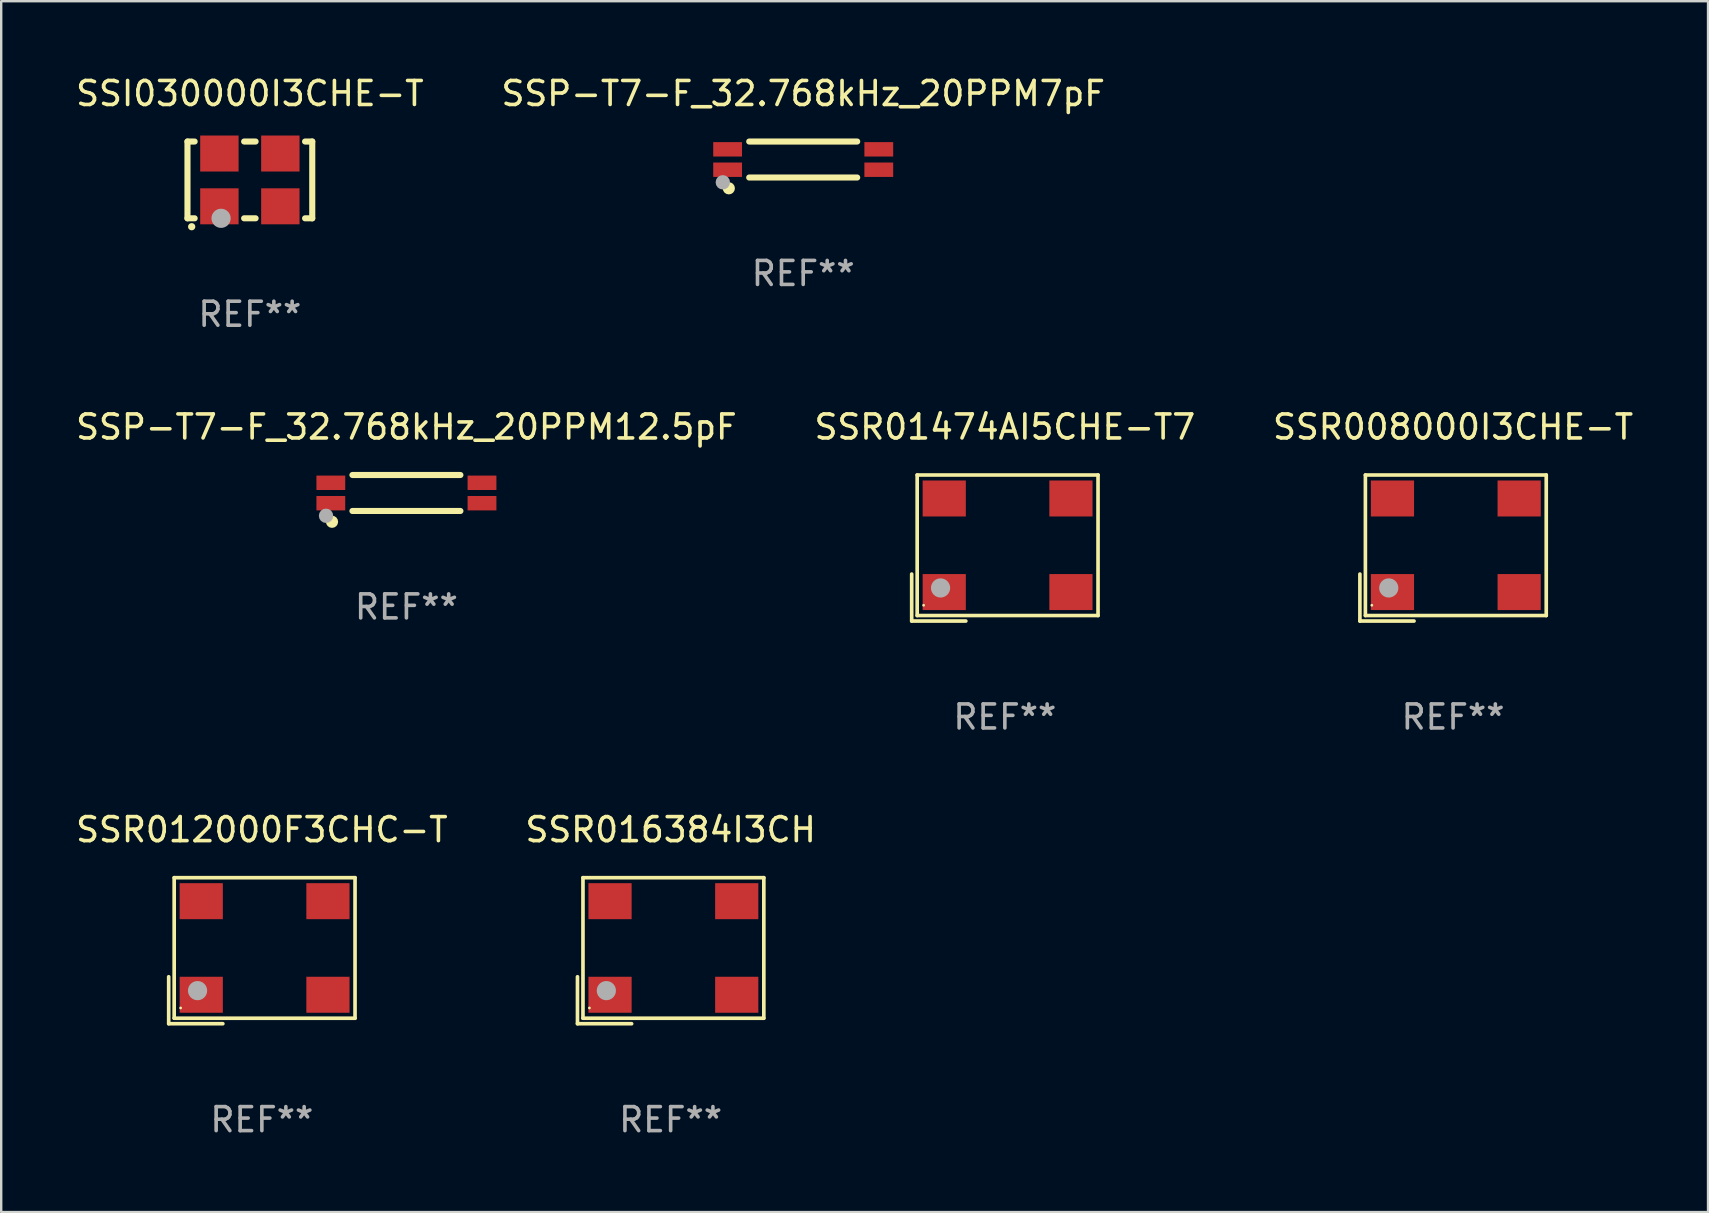
<source format=kicad_pcb>
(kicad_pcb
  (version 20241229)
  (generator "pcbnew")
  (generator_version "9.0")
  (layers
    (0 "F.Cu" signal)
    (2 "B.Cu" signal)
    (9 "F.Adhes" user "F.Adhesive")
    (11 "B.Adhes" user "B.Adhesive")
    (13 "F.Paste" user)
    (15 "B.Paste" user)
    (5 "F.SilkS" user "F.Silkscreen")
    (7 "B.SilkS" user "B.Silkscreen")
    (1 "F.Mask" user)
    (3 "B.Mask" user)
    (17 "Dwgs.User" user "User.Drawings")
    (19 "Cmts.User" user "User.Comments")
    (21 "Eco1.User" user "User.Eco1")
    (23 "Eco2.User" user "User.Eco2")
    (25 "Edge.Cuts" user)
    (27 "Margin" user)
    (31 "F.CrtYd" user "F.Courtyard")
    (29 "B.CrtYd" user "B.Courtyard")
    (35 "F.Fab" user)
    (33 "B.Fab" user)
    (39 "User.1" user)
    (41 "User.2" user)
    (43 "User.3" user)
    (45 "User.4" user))
  (footprint "SSR008000I3CHE-T"
    (layer "F.Cu")
    (at 57.506 19.788)
    (property "Reference" "SSR008000I3CHE-T" (at 0 -5.043 0) (layer "F.SilkS") (effects (font (size 1 1) (thickness 0.15))))
    (attr through_hole)
    (fp_line (start -3.883 1.086) (end -3.883 3.043) (stroke (width 0.152) (type solid)) (layer "F.SilkS"))
    (fp_line (start -3.883 3.043) (end -1.626 3.043) (stroke (width 0.152) (type solid)) (layer "F.SilkS"))
    (fp_line (start -3.654 -3.043) (end 3.883 -3.043) (stroke (width 0.152) (type solid)) (layer "F.SilkS"))
    (fp_line (start -3.654 2.814) (end -3.654 -3.043) (stroke (width 0.152) (type solid)) (layer "F.SilkS"))
    (fp_line (start 3.883 -3.043) (end 3.883 2.814) (stroke (width 0.152) (type solid)) (layer "F.SilkS"))
    (fp_line (start 3.883 2.814) (end -3.654 2.814) (stroke (width 0.152) (type solid)) (layer "F.SilkS"))
    (fp_circle (center -3.386 2.386) (end -3.356 2.386) (stroke (width 0.06) (type solid)) (fill no) (layer "F.SilkS"))
    (fp_circle (center -2.68 1.664) (end -2.48 1.664) (stroke (width 0.4) (type solid)) (fill no) (layer "F.Fab"))
    (fp_text user "REF**" (at 0 7.043 0) (layer "F.Fab") (effects (font (size 1 1) (thickness 0.15))))
    (pad "1" smd rect (at -2.526 1.836) (size 1.8 1.5) (layers "F.Cu" "F.Mask" "F.Paste"))
    (pad "2" smd rect (at 2.754 1.836) (size 1.8 1.5) (layers "F.Cu" "F.Mask" "F.Paste"))
    (pad "3" smd rect (at 2.754 -2.064) (size 1.8 1.5) (layers "F.Cu" "F.Mask" "F.Paste"))
    (pad "4" smd rect (at -2.526 -2.064) (size 1.8 1.5) (layers "F.Cu" "F.Mask" "F.Paste")))
  (footprint "SSP-T7-F_32.768kHz_20PPM12.5pF"
    (layer "F.Cu")
    (at 13.887 17.495)
    (property "Reference" "SSP-T7-F_32.768kHz_20PPM12.5pF" (at 0 -2.75 0) (layer "F.SilkS") (effects (font (size 1 1) (thickness 0.15))))
    (attr through_hole)
    (fp_line (start -2.25 -0.75) (end 2.25 -0.75) (stroke (width 0.254) (type solid)) (layer "F.SilkS"))
    (fp_line (start 2.25 0.75) (end -2.25 0.75) (stroke (width 0.254) (type solid)) (layer "F.SilkS"))
    (fp_circle (center -3.45 0.75) (end -3.42 0.75) (stroke (width 0.06) (type solid)) (fill no) (layer "F.SilkS"))
    (fp_circle (center -3.1 1.2) (end -2.973 1.2) (stroke (width 0.254) (type solid)) (fill no) (layer "F.SilkS"))
    (fp_circle (center -3.35 0.95) (end -3.2 0.95) (stroke (width 0.3) (type solid)) (fill no) (layer "F.Fab"))
    (fp_text user "REF**" (at 0 4.75 0) (layer "F.Fab") (effects (font (size 1 1) (thickness 0.15))))
    (pad "1" smd rect (at -3.15 0.425 270) (size 0.6 1.2) (layers "F.Cu" "F.Mask" "F.Paste"))
    (pad "2" smd rect (at 3.15 0.425 90) (size 0.6 1.2) (layers "F.Cu" "F.Mask" "F.Paste"))
    (pad "3" smd rect (at 3.15 -0.425 270) (size 0.6 1.2) (layers "F.Cu" "F.Mask" "F.Paste"))
    (pad "4" smd rect (at -3.15 -0.425 90) (size 0.6 1.2) (layers "F.Cu" "F.Mask" "F.Paste")))
  (footprint "SSR01474AI5CHE-T7"
    (layer "F.Cu")
    (at 38.827 19.788)
    (property "Reference" "SSR01474AI5CHE-T7" (at 0 -5.043 0) (layer "F.SilkS") (effects (font (size 1 1) (thickness 0.15))))
    (attr through_hole)
    (fp_line (start -3.883 1.086) (end -3.883 3.043) (stroke (width 0.152) (type solid)) (layer "F.SilkS"))
    (fp_line (start -3.883 3.043) (end -1.626 3.043) (stroke (width 0.152) (type solid)) (layer "F.SilkS"))
    (fp_line (start -3.654 -3.043) (end 3.883 -3.043) (stroke (width 0.152) (type solid)) (layer "F.SilkS"))
    (fp_line (start -3.654 2.814) (end -3.654 -3.043) (stroke (width 0.152) (type solid)) (layer "F.SilkS"))
    (fp_line (start 3.883 -3.043) (end 3.883 2.814) (stroke (width 0.152) (type solid)) (layer "F.SilkS"))
    (fp_line (start 3.883 2.814) (end -3.654 2.814) (stroke (width 0.152) (type solid)) (layer "F.SilkS"))
    (fp_circle (center -3.386 2.386) (end -3.356 2.386) (stroke (width 0.06) (type solid)) (fill no) (layer "F.SilkS"))
    (fp_circle (center -2.68 1.664) (end -2.48 1.664) (stroke (width 0.4) (type solid)) (fill no) (layer "F.Fab"))
    (fp_text user "REF**" (at 0 7.043 0) (layer "F.Fab") (effects (font (size 1 1) (thickness 0.15))))
    (pad "1" smd rect (at -2.526 1.836) (size 1.8 1.5) (layers "F.Cu" "F.Mask" "F.Paste"))
    (pad "2" smd rect (at 2.754 1.836) (size 1.8 1.5) (layers "F.Cu" "F.Mask" "F.Paste"))
    (pad "3" smd rect (at 2.754 -2.064) (size 1.8 1.5) (layers "F.Cu" "F.Mask" "F.Paste"))
    (pad "4" smd rect (at -2.526 -2.064) (size 1.8 1.5) (layers "F.Cu" "F.Mask" "F.Paste")))
  (footprint "SSR012000F3CHC-T"
    (layer "F.Cu")
    (at 7.863 36.57)
    (property "Reference" "SSR012000F3CHC-T" (at 0 -5.043 0) (layer "F.SilkS") (effects (font (size 1 1) (thickness 0.15))))
    (attr through_hole)
    (fp_line (start -3.883 1.086) (end -3.883 3.043) (stroke (width 0.152) (type solid)) (layer "F.SilkS"))
    (fp_line (start -3.883 3.043) (end -1.626 3.043) (stroke (width 0.152) (type solid)) (layer "F.SilkS"))
    (fp_line (start -3.654 -3.043) (end 3.883 -3.043) (stroke (width 0.152) (type solid)) (layer "F.SilkS"))
    (fp_line (start -3.654 2.814) (end -3.654 -3.043) (stroke (width 0.152) (type solid)) (layer "F.SilkS"))
    (fp_line (start 3.883 -3.043) (end 3.883 2.814) (stroke (width 0.152) (type solid)) (layer "F.SilkS"))
    (fp_line (start 3.883 2.814) (end -3.654 2.814) (stroke (width 0.152) (type solid)) (layer "F.SilkS"))
    (fp_circle (center -3.386 2.386) (end -3.356 2.386) (stroke (width 0.06) (type solid)) (fill no) (layer "F.SilkS"))
    (fp_circle (center -2.68 1.664) (end -2.48 1.664) (stroke (width 0.4) (type solid)) (fill no) (layer "F.Fab"))
    (fp_text user "REF**" (at 0 7.043 0) (layer "F.Fab") (effects (font (size 1 1) (thickness 0.15))))
    (pad "1" smd rect (at -2.526 1.836) (size 1.8 1.5) (layers "F.Cu" "F.Mask" "F.Paste"))
    (pad "2" smd rect (at 2.754 1.836) (size 1.8 1.5) (layers "F.Cu" "F.Mask" "F.Paste"))
    (pad "3" smd rect (at 2.754 -2.064) (size 1.8 1.5) (layers "F.Cu" "F.Mask" "F.Paste"))
    (pad "4" smd rect (at -2.526 -2.064) (size 1.8 1.5) (layers "F.Cu" "F.Mask" "F.Paste")))
  (footprint "SSP-T7-F_32.768kHz_20PPM7pF"
    (layer "F.Cu")
    (at 30.423 3.598)
    (property "Reference" "SSP-T7-F_32.768kHz_20PPM7pF" (at 0 -2.75 0) (layer "F.SilkS") (effects (font (size 1 1) (thickness 0.15))))
    (attr through_hole)
    (fp_line (start -2.25 -0.75) (end 2.25 -0.75) (stroke (width 0.254) (type solid)) (layer "F.SilkS"))
    (fp_line (start 2.25 0.75) (end -2.25 0.75) (stroke (width 0.254) (type solid)) (layer "F.SilkS"))
    (fp_circle (center -3.45 0.75) (end -3.42 0.75) (stroke (width 0.06) (type solid)) (fill no) (layer "F.SilkS"))
    (fp_circle (center -3.1 1.2) (end -2.973 1.2) (stroke (width 0.254) (type solid)) (fill no) (layer "F.SilkS"))
    (fp_circle (center -3.35 0.95) (end -3.2 0.95) (stroke (width 0.3) (type solid)) (fill no) (layer "F.Fab"))
    (fp_text user "REF**" (at 0 4.75 0) (layer "F.Fab") (effects (font (size 1 1) (thickness 0.15))))
    (pad "1" smd rect (at -3.15 0.425 270) (size 0.6 1.2) (layers "F.Cu" "F.Mask" "F.Paste"))
    (pad "2" smd rect (at 3.15 0.425 90) (size 0.6 1.2) (layers "F.Cu" "F.Mask" "F.Paste"))
    (pad "3" smd rect (at 3.15 -0.425 270) (size 0.6 1.2) (layers "F.Cu" "F.Mask" "F.Paste"))
    (pad "4" smd rect (at -3.15 -0.425 90) (size 0.6 1.2) (layers "F.Cu" "F.Mask" "F.Paste")))
  (footprint "SSR016384I3CH"
    (layer "F.Cu")
    (at 24.899 36.57)
    (property "Reference" "SSR016384I3CH" (at 0 -5.043 0) (layer "F.SilkS") (effects (font (size 1 1) (thickness 0.15))))
    (attr through_hole)
    (fp_line (start -3.883 1.086) (end -3.883 3.043) (stroke (width 0.152) (type solid)) (layer "F.SilkS"))
    (fp_line (start -3.883 3.043) (end -1.626 3.043) (stroke (width 0.152) (type solid)) (layer "F.SilkS"))
    (fp_line (start -3.654 -3.043) (end 3.883 -3.043) (stroke (width 0.152) (type solid)) (layer "F.SilkS"))
    (fp_line (start -3.654 2.814) (end -3.654 -3.043) (stroke (width 0.152) (type solid)) (layer "F.SilkS"))
    (fp_line (start 3.883 -3.043) (end 3.883 2.814) (stroke (width 0.152) (type solid)) (layer "F.SilkS"))
    (fp_line (start 3.883 2.814) (end -3.654 2.814) (stroke (width 0.152) (type solid)) (layer "F.SilkS"))
    (fp_circle (center -3.386 2.386) (end -3.356 2.386) (stroke (width 0.06) (type solid)) (fill no) (layer "F.SilkS"))
    (fp_circle (center -2.68 1.664) (end -2.48 1.664) (stroke (width 0.4) (type solid)) (fill no) (layer "F.Fab"))
    (fp_text user "REF**" (at 0 7.043 0) (layer "F.Fab") (effects (font (size 1 1) (thickness 0.15))))
    (pad "1" smd rect (at -2.526 1.836) (size 1.8 1.5) (layers "F.Cu" "F.Mask" "F.Paste"))
    (pad "2" smd rect (at 2.754 1.836) (size 1.8 1.5) (layers "F.Cu" "F.Mask" "F.Paste"))
    (pad "3" smd rect (at 2.754 -2.064) (size 1.8 1.5) (layers "F.Cu" "F.Mask" "F.Paste"))
    (pad "4" smd rect (at -2.526 -2.064) (size 1.8 1.5) (layers "F.Cu" "F.Mask" "F.Paste")))
  (footprint "SSI030000I3CHE-T"
    (layer "F.Cu")
    (at 7.363 4.448)
    (property "Reference" "SSI030000I3CHE-T" (at 0 -3.6 0) (layer "F.SilkS") (effects (font (size 1 1) (thickness 0.15))))
    (attr through_hole)
    (fp_line (start -2.6 -1.6) (end -2.301 -1.6) (stroke (width 0.254) (type solid)) (layer "F.SilkS"))
    (fp_line (start -2.6 1.6) (end -2.6 -1.6) (stroke (width 0.254) (type solid)) (layer "F.SilkS"))
    (fp_line (start -2.301 1.6) (end -2.6 1.6) (stroke (width 0.254) (type solid)) (layer "F.SilkS"))
    (fp_line (start -0.239 -1.6) (end 0.239 -1.6) (stroke (width 0.254) (type solid)) (layer "F.SilkS"))
    (fp_line (start 0.239 1.6) (end -0.239 1.6) (stroke (width 0.254) (type solid)) (layer "F.SilkS"))
    (fp_line (start 2.301 -1.6) (end 2.6 -1.6) (stroke (width 0.254) (type solid)) (layer "F.SilkS"))
    (fp_line (start 2.6 -1.6) (end 2.6 1.6) (stroke (width 0.254) (type solid)) (layer "F.SilkS"))
    (fp_line (start 2.6 1.6) (end 2.301 1.6) (stroke (width 0.254) (type solid)) (layer "F.SilkS"))
    (fp_arc (start -2.426213 1.949987) (mid -2.424943 1.949982) (end -2.423673 1.949987) (stroke (width 0.3) (type solid)) (layer "F.SilkS"))
    (fp_circle (center -2.5 1.6) (end -2.47 1.6) (stroke (width 0.06) (type solid)) (fill no) (layer "F.SilkS"))
    (fp_circle (center -1.2 1.6) (end -1 1.6) (stroke (width 0.4) (type solid)) (fill no) (layer "F.Fab"))
    (fp_text user "REF**" (at 0 5.6 0) (layer "F.Fab") (effects (font (size 1 1) (thickness 0.15))))
    (pad "1" smd rect (at -1.27 1.1) (size 1.6 1.5) (layers "F.Cu" "F.Mask" "F.Paste"))
    (pad "2" smd rect (at 1.27 1.1) (size 1.6 1.5) (layers "F.Cu" "F.Mask" "F.Paste"))
    (pad "3" smd rect (at 1.27 -1.1) (size 1.6 1.5) (layers "F.Cu" "F.Mask" "F.Paste"))
    (pad "4" smd rect (at -1.27 -1.1) (size 1.6 1.5) (layers "F.Cu" "F.Mask" "F.Paste")))
  (gr_rect
    (start -3 -3)
    (end 68.131 47.461)
    (stroke (width 0.1) (type default))
    (fill no)
    (layer "Edge.Cuts")))
</source>
